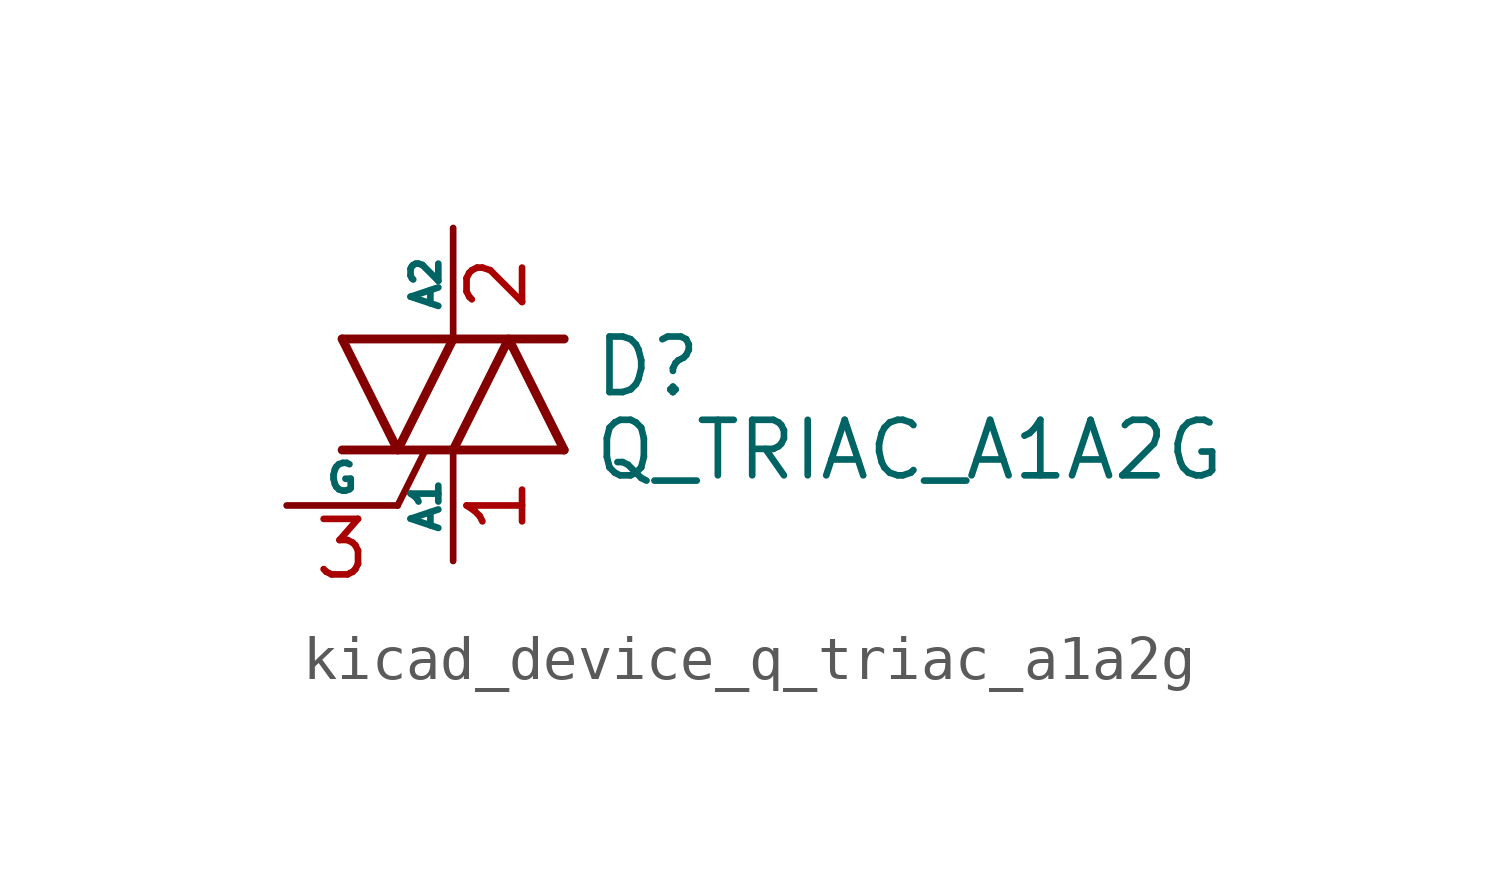
<source format=kicad_sym>
(kicad_symbol_lib
  (version 20220914)
  (generator kicad_symbol_editor)
  (symbol "kicad_device_q_triac_a1a2g"
    (pin_names
      (offset 0))
    (property "Reference" "D"
      (at 3.175 0.635 0)
      (effects (font (size 1.27 1.27)) (justify left)))
    (property "Value" "Q_TRIAC_A1A2G"
      (at 3.175 -1.27 0)
      (effects (font (size 1.27 1.27)) (justify left)))
    (symbol "kicad_device_q_triac_a1a2g_0_1"
      (polyline (pts (xy -2.54 -1.27) (xy 2.54 -1.27)) (stroke (width 0.203) (type default)) (fill (type none)))
      (polyline (pts (xy -2.54 1.27) (xy 2.54 1.27)) (stroke (width 0.203) (type default)) (fill (type none)))
      (polyline (pts (xy -1.27 -2.54) (xy -0.635 -1.27)) (stroke (width 0) (type default)) (fill (type none)))
      (polyline (pts (xy -2.54 1.27) (xy -1.27 -1.27) (xy 0 1.27)) (stroke (width 0.203) (type default)) (fill (type none)))
      (polyline (pts (xy 0 -1.27) (xy 1.27 1.27) (xy 2.54 -1.27)) (stroke (width 0.203) (type default)) (fill (type none))))
    (symbol "kicad_device_q_triac_a1a2g_1_1"
      (pin passive line (at 0 -3.81 90) (length 2.54) (name "A1" (effects (font (size 0.635 0.635)))) (number "1" (effects (font (size 1.27 1.27)))))
      (pin passive line (at 0 3.81 270) (length 2.54) (name "A2" (effects (font (size 0.635 0.635)))) (number "2" (effects (font (size 1.27 1.27)))))
      (pin input line (at -3.81 -2.54 0) (length 2.54) (name "G" (effects (font (size 0.635 0.635)))) (number "3" (effects (font (size 1.27 1.27))))))))
</source>
